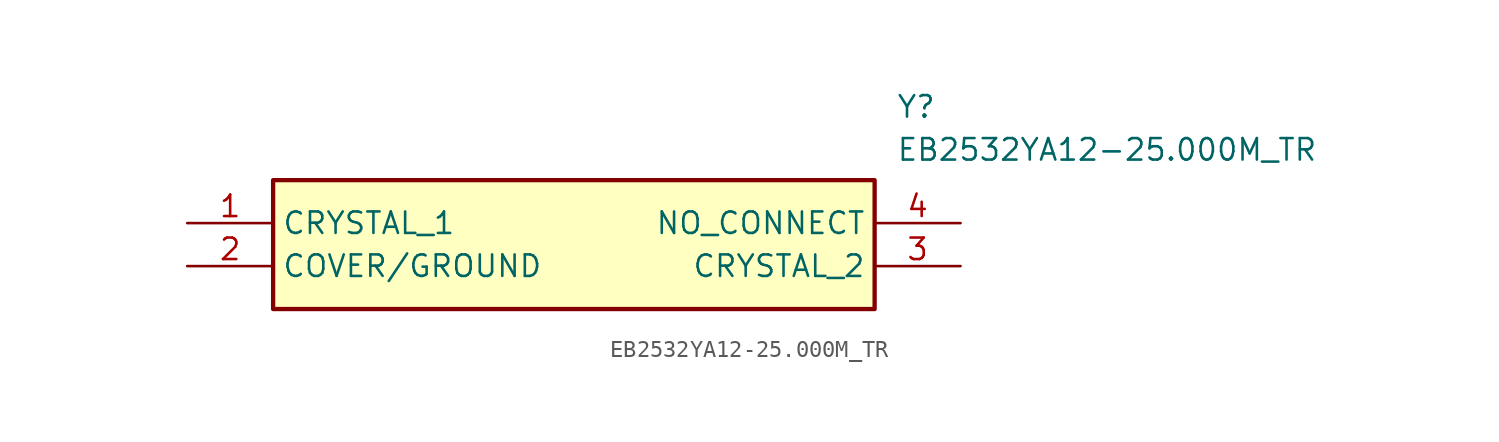
<source format=kicad_sym>
(kicad_symbol_lib
  (version 20211014)
  (generator SamacSys_ECAD_Model)
  (symbol "EB2532YA12-25.000M_TR"
    (property "Reference" "Y"
      (at 41.91 7.62 0)
      (effects (font (size 1.27 1.27)) (justify left top)))
    (property "Value" "EB2532YA12-25.000M_TR"
      (at 41.91 5.08 0)
      (effects (font (size 1.27 1.27)) (justify left top)))
    (rectangle
      (start 5.08 2.54)
      (end 40.64 -5.08)
      (stroke (width 0.254) (type default))
      (fill (type background)))
    (pin passive line
      (at 0 0 0)
      (length 5.08)
      (name "CRYSTAL_1" (effects (font (size 1.27 1.27))))
      (number "1" (effects (font (size 1.27 1.27)))))
    (pin passive line
      (at 0 -2.54 0)
      (length 5.08)
      (name "COVER/GROUND" (effects (font (size 1.27 1.27))))
      (number "2" (effects (font (size 1.27 1.27)))))
    (pin passive line
      (at 45.72 -2.54 180)
      (length 5.08)
      (name "CRYSTAL_2" (effects (font (size 1.27 1.27))))
      (number "3" (effects (font (size 1.27 1.27)))))
    (pin passive line
      (at 45.72 0 180)
      (length 5.08)
      (name "NO_CONNECT" (effects (font (size 1.27 1.27))))
      (number "4" (effects (font (size 1.27 1.27)))))))
</source>
